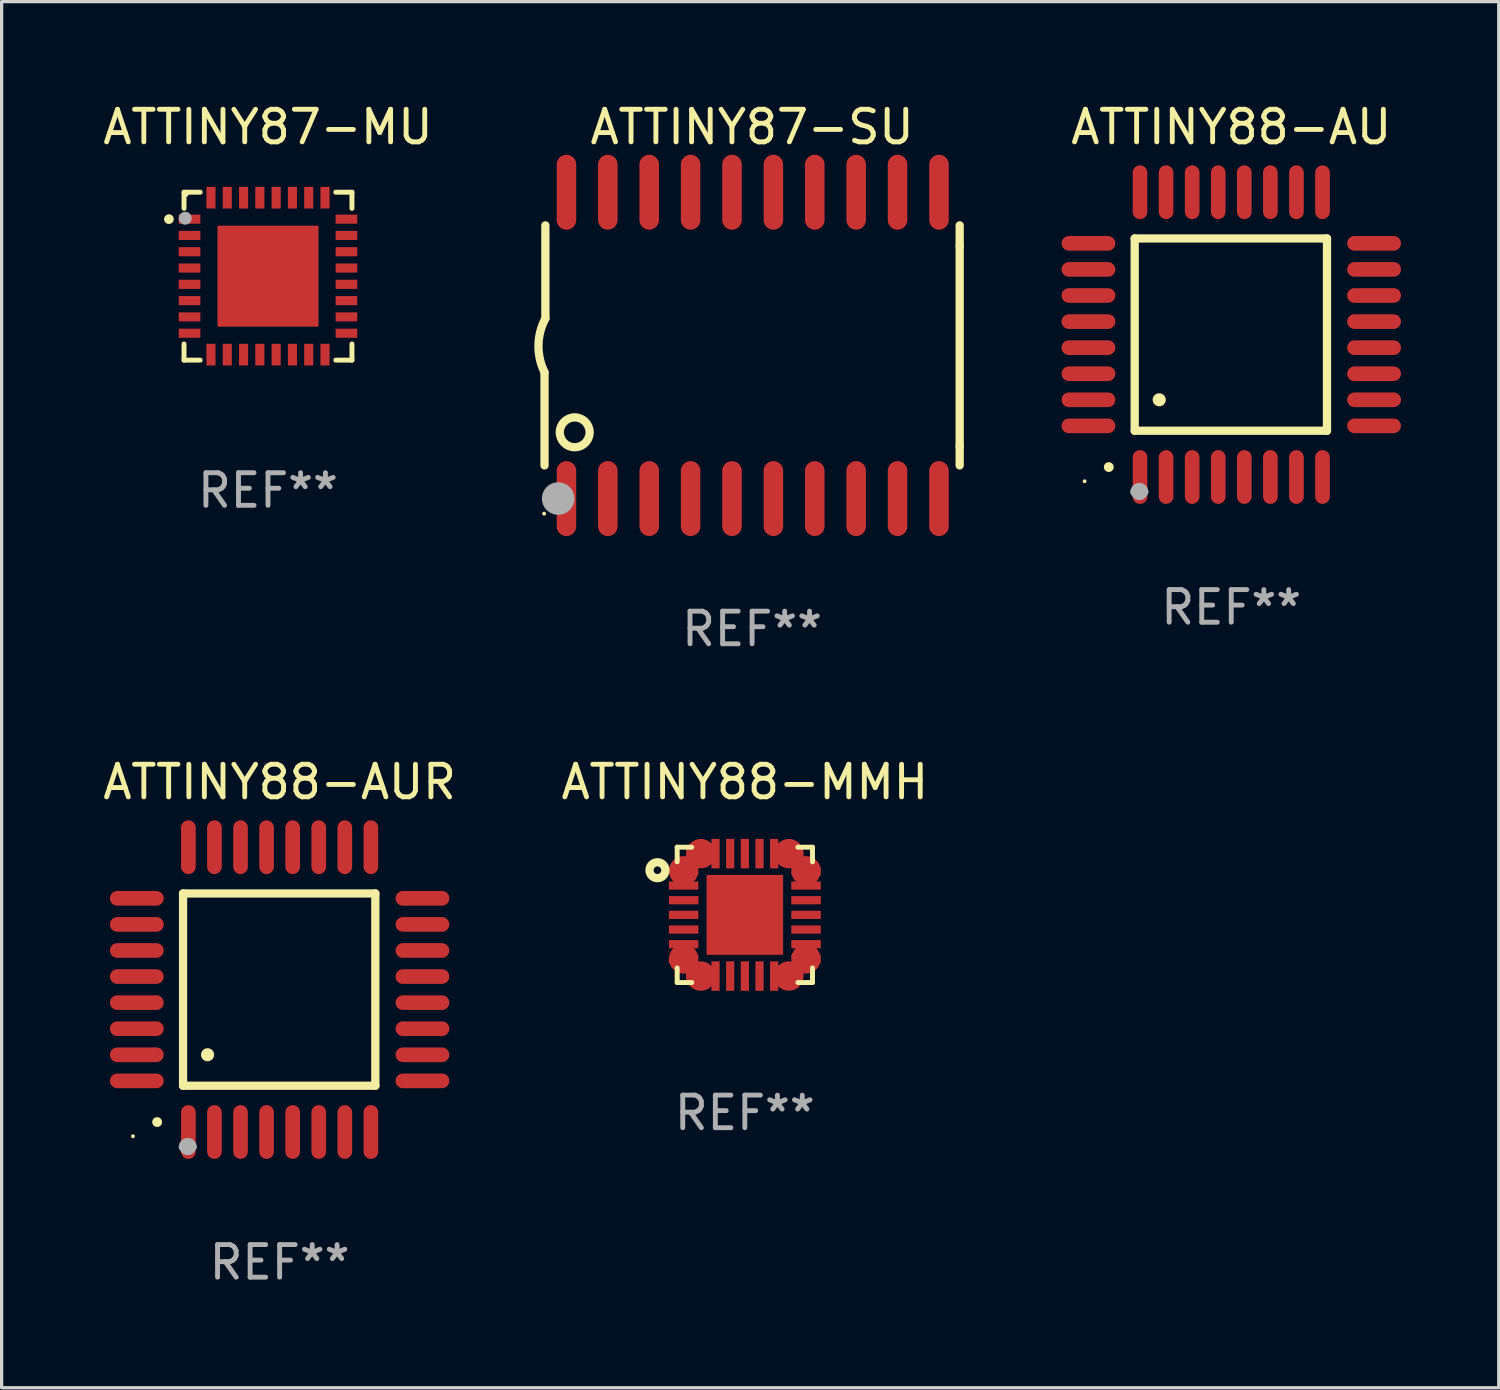
<source format=kicad_pcb>
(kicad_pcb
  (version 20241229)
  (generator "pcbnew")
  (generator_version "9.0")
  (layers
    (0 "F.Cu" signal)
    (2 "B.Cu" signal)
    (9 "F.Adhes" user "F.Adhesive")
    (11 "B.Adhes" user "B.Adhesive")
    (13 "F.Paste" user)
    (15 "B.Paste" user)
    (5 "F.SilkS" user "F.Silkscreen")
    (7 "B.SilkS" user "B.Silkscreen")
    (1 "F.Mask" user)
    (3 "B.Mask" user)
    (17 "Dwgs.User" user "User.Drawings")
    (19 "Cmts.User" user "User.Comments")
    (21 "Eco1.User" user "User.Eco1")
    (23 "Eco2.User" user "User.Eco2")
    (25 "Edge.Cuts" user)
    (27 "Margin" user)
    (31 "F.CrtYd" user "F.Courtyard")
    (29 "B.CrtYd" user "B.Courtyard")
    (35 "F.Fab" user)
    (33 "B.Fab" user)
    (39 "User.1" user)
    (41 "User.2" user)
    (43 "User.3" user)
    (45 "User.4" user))
  (footprint "ATTINY88-AUR"
    (layer "F.Cu")
    (at 5.53 27.314)
    (property "Reference" "ATTINY88-AUR" (at 0 -6.369 0) (layer "F.SilkS") (effects (font (size 1 1) (thickness 0.15))))
    (attr through_hole)
    (fp_line (start -2.963 -2.95) (end -2.963 2.95) (stroke (width 0.254) (type solid)) (layer "F.SilkS"))
    (fp_line (start -2.963 2.95) (end 2.937 2.95) (stroke (width 0.254) (type solid)) (layer "F.SilkS"))
    (fp_line (start 2.937 -2.95) (end -2.963 -2.95) (stroke (width 0.254) (type solid)) (layer "F.SilkS"))
    (fp_line (start 2.937 2.95) (end 2.937 -2.95) (stroke (width 0.254) (type solid)) (layer "F.SilkS"))
    (fp_arc (start -3.759208 4.064008) (mid -3.757938 4.064003) (end -3.756668 4.064008) (stroke (width 0.3) (type solid)) (layer "F.SilkS"))
    (fp_arc (start -2.212344 1.998984) (mid -2.211074 1.99898) (end -2.209804 1.998984) (stroke (width 0.4) (type solid)) (layer "F.SilkS"))
    (fp_circle (center -4.5 4.5) (end -4.47 4.5) (stroke (width 0.06) (type solid)) (fill no) (layer "F.SilkS"))
    (fp_arc (start -2.967489 4.82601) (mid -2.819406 4.677927) (end -2.671323 4.82601) (stroke (width 0.254001) (type solid)) (layer "F.Fab"))
    (fp_arc (start -2.967488 4.82601) (mid -2.819406 4.791053) (end -2.671324 4.82601) (stroke (width 0.254001) (type solid)) (layer "F.Fab"))
    (fp_circle (center -2.819 4.826) (end -2.692 4.826) (stroke (width 0.254) (type solid)) (fill no) (layer "F.Fab"))
    (fp_text user "REF**" (at 0 8.369 0) (layer "F.Fab") (effects (font (size 1 1) (thickness 0.15))))
    (pad "1" smd oval (at -2.8 4.369) (size 0.45 1.65) (layers "F.Cu" "F.Mask" "F.Paste"))
    (pad "2" smd oval (at -2 4.369) (size 0.45 1.65) (layers "F.Cu" "F.Mask" "F.Paste"))
    (pad "3" smd oval (at -1.2 4.369) (size 0.45 1.65) (layers "F.Cu" "F.Mask" "F.Paste"))
    (pad "4" smd oval (at -0.4 4.369) (size 0.45 1.65) (layers "F.Cu" "F.Mask" "F.Paste"))
    (pad "5" smd oval (at 0.4 4.369) (size 0.45 1.65) (layers "F.Cu" "F.Mask" "F.Paste"))
    (pad "6" smd oval (at 1.2 4.369) (size 0.45 1.65) (layers "F.Cu" "F.Mask" "F.Paste"))
    (pad "7" smd oval (at 2 4.369) (size 0.45 1.65) (layers "F.Cu" "F.Mask" "F.Paste"))
    (pad "8" smd oval (at 2.8 4.369) (size 0.45 1.65) (layers "F.Cu" "F.Mask" "F.Paste"))
    (pad "9" smd oval (at 4.382 2.8) (size 1.65 0.45) (layers "F.Cu" "F.Mask" "F.Paste"))
    (pad "10" smd oval (at 4.382 2) (size 1.65 0.45) (layers "F.Cu" "F.Mask" "F.Paste"))
    (pad "11" smd oval (at 4.382 1.2) (size 1.65 0.45) (layers "F.Cu" "F.Mask" "F.Paste"))
    (pad "12" smd oval (at 4.382 0.4) (size 1.65 0.45) (layers "F.Cu" "F.Mask" "F.Paste"))
    (pad "13" smd oval (at 4.382 -0.4) (size 1.65 0.45) (layers "F.Cu" "F.Mask" "F.Paste"))
    (pad "14" smd oval (at 4.382 -1.2) (size 1.65 0.45) (layers "F.Cu" "F.Mask" "F.Paste"))
    (pad "15" smd oval (at 4.382 -2) (size 1.65 0.45) (layers "F.Cu" "F.Mask" "F.Paste"))
    (pad "16" smd oval (at 4.382 -2.8) (size 1.65 0.45) (layers "F.Cu" "F.Mask" "F.Paste"))
    (pad "17" smd oval (at 2.8 -4.369) (size 0.45 1.65) (layers "F.Cu" "F.Mask" "F.Paste"))
    (pad "18" smd oval (at 2 -4.369) (size 0.45 1.65) (layers "F.Cu" "F.Mask" "F.Paste"))
    (pad "19" smd oval (at 1.2 -4.369) (size 0.45 1.65) (layers "F.Cu" "F.Mask" "F.Paste"))
    (pad "20" smd oval (at 0.4 -4.369) (size 0.45 1.65) (layers "F.Cu" "F.Mask" "F.Paste"))
    (pad "21" smd oval (at -0.4 -4.369) (size 0.45 1.65) (layers "F.Cu" "F.Mask" "F.Paste"))
    (pad "22" smd oval (at -1.2 -4.369) (size 0.45 1.65) (layers "F.Cu" "F.Mask" "F.Paste"))
    (pad "23" smd oval (at -2 -4.369) (size 0.45 1.65) (layers "F.Cu" "F.Mask" "F.Paste"))
    (pad "24" smd oval (at -2.8 -4.369) (size 0.45 1.65) (layers "F.Cu" "F.Mask" "F.Paste"))
    (pad "25" smd oval (at -4.382 -2.8) (size 1.65 0.45) (layers "F.Cu" "F.Mask" "F.Paste"))
    (pad "26" smd oval (at -4.382 -2) (size 1.65 0.45) (layers "F.Cu" "F.Mask" "F.Paste"))
    (pad "27" smd oval (at -4.382 -1.2) (size 1.65 0.45) (layers "F.Cu" "F.Mask" "F.Paste"))
    (pad "28" smd oval (at -4.382 -0.4) (size 1.65 0.45) (layers "F.Cu" "F.Mask" "F.Paste"))
    (pad "29" smd oval (at -4.382 0.4) (size 1.65 0.45) (layers "F.Cu" "F.Mask" "F.Paste"))
    (pad "30" smd oval (at -4.382 1.2) (size 1.65 0.45) (layers "F.Cu" "F.Mask" "F.Paste"))
    (pad "31" smd oval (at -4.382 2) (size 1.65 0.45) (layers "F.Cu" "F.Mask" "F.Paste"))
    (pad "32" smd oval (at -4.382 2.8) (size 1.65 0.45) (layers "F.Cu" "F.Mask" "F.Paste")))
  (footprint "ATTINY88-AU"
    (layer "F.Cu")
    (at 34.729 7.217)
    (property "Reference" "ATTINY88-AU" (at 0 -6.369 0) (layer "F.SilkS") (effects (font (size 1 1) (thickness 0.15))))
    (attr through_hole)
    (fp_line (start -2.963 -2.95) (end -2.963 2.95) (stroke (width 0.254) (type solid)) (layer "F.SilkS"))
    (fp_line (start -2.963 2.95) (end 2.937 2.95) (stroke (width 0.254) (type solid)) (layer "F.SilkS"))
    (fp_line (start 2.937 -2.95) (end -2.963 -2.95) (stroke (width 0.254) (type solid)) (layer "F.SilkS"))
    (fp_line (start 2.937 2.95) (end 2.937 -2.95) (stroke (width 0.254) (type solid)) (layer "F.SilkS"))
    (fp_arc (start -3.759208 4.064008) (mid -3.757938 4.064003) (end -3.756668 4.064008) (stroke (width 0.3) (type solid)) (layer "F.SilkS"))
    (fp_arc (start -2.212344 1.998984) (mid -2.211074 1.99898) (end -2.209804 1.998984) (stroke (width 0.4) (type solid)) (layer "F.SilkS"))
    (fp_circle (center -4.5 4.5) (end -4.47 4.5) (stroke (width 0.06) (type solid)) (fill no) (layer "F.SilkS"))
    (fp_arc (start -2.967489 4.82601) (mid -2.819406 4.677927) (end -2.671323 4.82601) (stroke (width 0.254001) (type solid)) (layer "F.Fab"))
    (fp_arc (start -2.967488 4.82601) (mid -2.819406 4.791053) (end -2.671324 4.82601) (stroke (width 0.254001) (type solid)) (layer "F.Fab"))
    (fp_circle (center -2.819 4.826) (end -2.692 4.826) (stroke (width 0.254) (type solid)) (fill no) (layer "F.Fab"))
    (fp_text user "REF**" (at 0 8.369 0) (layer "F.Fab") (effects (font (size 1 1) (thickness 0.15))))
    (pad "1" smd oval (at -2.8 4.369) (size 0.45 1.65) (layers "F.Cu" "F.Mask" "F.Paste"))
    (pad "2" smd oval (at -2 4.369) (size 0.45 1.65) (layers "F.Cu" "F.Mask" "F.Paste"))
    (pad "3" smd oval (at -1.2 4.369) (size 0.45 1.65) (layers "F.Cu" "F.Mask" "F.Paste"))
    (pad "4" smd oval (at -0.4 4.369) (size 0.45 1.65) (layers "F.Cu" "F.Mask" "F.Paste"))
    (pad "5" smd oval (at 0.4 4.369) (size 0.45 1.65) (layers "F.Cu" "F.Mask" "F.Paste"))
    (pad "6" smd oval (at 1.2 4.369) (size 0.45 1.65) (layers "F.Cu" "F.Mask" "F.Paste"))
    (pad "7" smd oval (at 2 4.369) (size 0.45 1.65) (layers "F.Cu" "F.Mask" "F.Paste"))
    (pad "8" smd oval (at 2.8 4.369) (size 0.45 1.65) (layers "F.Cu" "F.Mask" "F.Paste"))
    (pad "9" smd oval (at 4.382 2.8) (size 1.65 0.45) (layers "F.Cu" "F.Mask" "F.Paste"))
    (pad "10" smd oval (at 4.382 2) (size 1.65 0.45) (layers "F.Cu" "F.Mask" "F.Paste"))
    (pad "11" smd oval (at 4.382 1.2) (size 1.65 0.45) (layers "F.Cu" "F.Mask" "F.Paste"))
    (pad "12" smd oval (at 4.382 0.4) (size 1.65 0.45) (layers "F.Cu" "F.Mask" "F.Paste"))
    (pad "13" smd oval (at 4.382 -0.4) (size 1.65 0.45) (layers "F.Cu" "F.Mask" "F.Paste"))
    (pad "14" smd oval (at 4.382 -1.2) (size 1.65 0.45) (layers "F.Cu" "F.Mask" "F.Paste"))
    (pad "15" smd oval (at 4.382 -2) (size 1.65 0.45) (layers "F.Cu" "F.Mask" "F.Paste"))
    (pad "16" smd oval (at 4.382 -2.8) (size 1.65 0.45) (layers "F.Cu" "F.Mask" "F.Paste"))
    (pad "17" smd oval (at 2.8 -4.369) (size 0.45 1.65) (layers "F.Cu" "F.Mask" "F.Paste"))
    (pad "18" smd oval (at 2 -4.369) (size 0.45 1.65) (layers "F.Cu" "F.Mask" "F.Paste"))
    (pad "19" smd oval (at 1.2 -4.369) (size 0.45 1.65) (layers "F.Cu" "F.Mask" "F.Paste"))
    (pad "20" smd oval (at 0.4 -4.369) (size 0.45 1.65) (layers "F.Cu" "F.Mask" "F.Paste"))
    (pad "21" smd oval (at -0.4 -4.369) (size 0.45 1.65) (layers "F.Cu" "F.Mask" "F.Paste"))
    (pad "22" smd oval (at -1.2 -4.369) (size 0.45 1.65) (layers "F.Cu" "F.Mask" "F.Paste"))
    (pad "23" smd oval (at -2 -4.369) (size 0.45 1.65) (layers "F.Cu" "F.Mask" "F.Paste"))
    (pad "24" smd oval (at -2.8 -4.369) (size 0.45 1.65) (layers "F.Cu" "F.Mask" "F.Paste"))
    (pad "25" smd oval (at -4.382 -2.8) (size 1.65 0.45) (layers "F.Cu" "F.Mask" "F.Paste"))
    (pad "26" smd oval (at -4.382 -2) (size 1.65 0.45) (layers "F.Cu" "F.Mask" "F.Paste"))
    (pad "27" smd oval (at -4.382 -1.2) (size 1.65 0.45) (layers "F.Cu" "F.Mask" "F.Paste"))
    (pad "28" smd oval (at -4.382 -0.4) (size 1.65 0.45) (layers "F.Cu" "F.Mask" "F.Paste"))
    (pad "29" smd oval (at -4.382 0.4) (size 1.65 0.45) (layers "F.Cu" "F.Mask" "F.Paste"))
    (pad "30" smd oval (at -4.382 1.2) (size 1.65 0.45) (layers "F.Cu" "F.Mask" "F.Paste"))
    (pad "31" smd oval (at -4.382 2) (size 1.65 0.45) (layers "F.Cu" "F.Mask" "F.Paste"))
    (pad "32" smd oval (at -4.382 2.8) (size 1.65 0.45) (layers "F.Cu" "F.Mask" "F.Paste")))
  (footprint "ATTINY87-SU"
    (layer "F.Cu")
    (at 20.027 7.548)
    (property "Reference" "ATTINY87-SU" (at 0 -6.7 0) (layer "F.SilkS") (effects (font (size 1 1) (thickness 0.15))))
    (attr through_hole)
    (fp_line (start -6.369 0.826) (end -6.369 3.683) (stroke (width 0.254) (type solid)) (layer "F.SilkS"))
    (fp_line (start -6.343 -0.825) (end -6.343 -3.683) (stroke (width 0.254) (type solid)) (layer "F.SilkS"))
    (fp_line (start 6.369 -3.048) (end 6.369 -3.683) (stroke (width 0.254) (type solid)) (layer "F.SilkS"))
    (fp_line (start 6.369 -3.048) (end 6.369 3.096) (stroke (width 0.254) (type solid)) (layer "F.SilkS"))
    (fp_line (start 6.369 3.096) (end 6.369 3.683) (stroke (width 0.254) (type solid)) (layer "F.SilkS"))
    (fp_arc (start -6.36853 0.825552) (mid -6.554743 -0.00301) (end -6.343129 -0.825451) (stroke (width 0.254001) (type solid)) (layer "F.SilkS"))
    (fp_circle (center -6.382 5.163) (end -6.352 5.163) (stroke (width 0.06) (type solid)) (fill no) (layer "F.SilkS"))
    (fp_circle (center -5.443 2.667) (end -4.985 2.667) (stroke (width 0.254) (type solid)) (fill no) (layer "F.SilkS"))
    (fp_circle (center -5.951 4.699) (end -5.701 4.699) (stroke (width 0.5) (type solid)) (fill no) (layer "F.Fab"))
    (fp_text user "REF**" (at 0 8.7 0) (layer "F.Fab") (effects (font (size 1 1) (thickness 0.15))))
    (pad "1" smd oval (at -5.697 4.7 180) (size 0.6 2.3) (layers "F.Cu" "F.Mask" "F.Paste"))
    (pad "2" smd oval (at -4.427 4.7 180) (size 0.6 2.3) (layers "F.Cu" "F.Mask" "F.Paste"))
    (pad "3" smd oval (at -3.157 4.7 180) (size 0.6 2.3) (layers "F.Cu" "F.Mask" "F.Paste"))
    (pad "4" smd oval (at -1.887 4.7 180) (size 0.6 2.3) (layers "F.Cu" "F.Mask" "F.Paste"))
    (pad "5" smd oval (at -0.617 4.7 180) (size 0.6 2.3) (layers "F.Cu" "F.Mask" "F.Paste"))
    (pad "6" smd oval (at 0.653 4.7 180) (size 0.6 2.3) (layers "F.Cu" "F.Mask" "F.Paste"))
    (pad "7" smd oval (at 1.923 4.7 180) (size 0.6 2.3) (layers "F.Cu" "F.Mask" "F.Paste"))
    (pad "8" smd oval (at 3.193 4.7 180) (size 0.6 2.3) (layers "F.Cu" "F.Mask" "F.Paste"))
    (pad "9" smd oval (at 4.463 4.7 180) (size 0.6 2.3) (layers "F.Cu" "F.Mask" "F.Paste"))
    (pad "10" smd oval (at 5.734 4.7 180) (size 0.6 2.3) (layers "F.Cu" "F.Mask" "F.Paste"))
    (pad "11" smd oval (at 5.734 -4.7 180) (size 0.6 2.3) (layers "F.Cu" "F.Mask" "F.Paste"))
    (pad "12" smd oval (at 4.463 -4.7 180) (size 0.6 2.3) (layers "F.Cu" "F.Mask" "F.Paste"))
    (pad "13" smd oval (at 3.193 -4.7 180) (size 0.6 2.3) (layers "F.Cu" "F.Mask" "F.Paste"))
    (pad "14" smd oval (at 1.923 -4.7 180) (size 0.6 2.3) (layers "F.Cu" "F.Mask" "F.Paste"))
    (pad "15" smd oval (at 0.653 -4.7 180) (size 0.6 2.3) (layers "F.Cu" "F.Mask" "F.Paste"))
    (pad "16" smd oval (at -0.617 -4.7 180) (size 0.6 2.3) (layers "F.Cu" "F.Mask" "F.Paste"))
    (pad "17" smd oval (at -1.887 -4.7 180) (size 0.6 2.3) (layers "F.Cu" "F.Mask" "F.Paste"))
    (pad "18" smd oval (at -3.157 -4.7 180) (size 0.6 2.3) (layers "F.Cu" "F.Mask" "F.Paste"))
    (pad "19" smd oval (at -4.427 -4.7 180) (size 0.6 2.3) (layers "F.Cu" "F.Mask" "F.Paste"))
    (pad "20" smd oval (at -5.697 -4.7 180) (size 0.6 2.3) (layers "F.Cu" "F.Mask" "F.Paste")))
  (footprint "ATTINY87-MU"
    (layer "F.Cu")
    (at 5.173 5.424)
    (property "Reference" "ATTINY87-MU" (at 0 -4.576 0) (layer "F.SilkS") (effects (font (size 1 1) (thickness 0.15))))
    (attr through_hole)
    (fp_line (start -2.576 -2.576) (end -2.576 -2.08) (stroke (width 0.152) (type solid)) (layer "F.SilkS"))
    (fp_line (start -2.576 2.576) (end -2.576 2.08) (stroke (width 0.152) (type solid)) (layer "F.SilkS"))
    (fp_line (start -2.08 -2.576) (end -2.576 -2.576) (stroke (width 0.152) (type solid)) (layer "F.SilkS"))
    (fp_line (start -2.08 2.576) (end -2.576 2.576) (stroke (width 0.152) (type solid)) (layer "F.SilkS"))
    (fp_line (start 2.08 -2.576) (end 2.576 -2.576) (stroke (width 0.152) (type solid)) (layer "F.SilkS"))
    (fp_line (start 2.08 2.576) (end 2.576 2.576) (stroke (width 0.152) (type solid)) (layer "F.SilkS"))
    (fp_line (start 2.576 -2.576) (end 2.576 -2.08) (stroke (width 0.152) (type solid)) (layer "F.SilkS"))
    (fp_line (start 2.576 2.576) (end 2.576 2.08) (stroke (width 0.152) (type solid)) (layer "F.SilkS"))
    (fp_circle (center -3.04 -1.75) (end -2.965 -1.75) (stroke (width 0.15) (type solid)) (fill no) (layer "F.SilkS"))
    (fp_circle (center -2.5 -2.5) (end -2.47 -2.5) (stroke (width 0.06) (type solid)) (fill no) (layer "F.SilkS"))
    (fp_circle (center -2.54 -1.778) (end -2.44 -1.778) (stroke (width 0.2) (type solid)) (fill no) (layer "F.Fab"))
    (fp_text user "REF**" (at 0 6.576 0) (layer "F.Fab") (effects (font (size 1 1) (thickness 0.15))))
    (pad "1" smd rect (at -2.407 -1.75) (size 0.665 0.28) (layers "F.Cu" "F.Mask" "F.Paste"))
    (pad "2" smd rect (at -2.407 -1.25) (size 0.665 0.28) (layers "F.Cu" "F.Mask" "F.Paste"))
    (pad "3" smd rect (at -2.407 -0.75) (size 0.665 0.28) (layers "F.Cu" "F.Mask" "F.Paste"))
    (pad "4" smd rect (at -2.407 -0.25) (size 0.665 0.28) (layers "F.Cu" "F.Mask" "F.Paste"))
    (pad "5" smd rect (at -2.407 0.25) (size 0.665 0.28) (layers "F.Cu" "F.Mask" "F.Paste"))
    (pad "6" smd rect (at -2.407 0.75) (size 0.665 0.28) (layers "F.Cu" "F.Mask" "F.Paste"))
    (pad "7" smd rect (at -2.407 1.25) (size 0.665 0.28) (layers "F.Cu" "F.Mask" "F.Paste"))
    (pad "8" smd rect (at -2.407 1.75) (size 0.665 0.28) (layers "F.Cu" "F.Mask" "F.Paste"))
    (pad "9" smd rect (at -1.75 2.407) (size 0.28 0.665) (layers "F.Cu" "F.Mask" "F.Paste"))
    (pad "10" smd rect (at -1.25 2.407) (size 0.28 0.665) (layers "F.Cu" "F.Mask" "F.Paste"))
    (pad "11" smd rect (at -0.75 2.407) (size 0.28 0.665) (layers "F.Cu" "F.Mask" "F.Paste"))
    (pad "12" smd rect (at -0.25 2.407) (size 0.28 0.665) (layers "F.Cu" "F.Mask" "F.Paste"))
    (pad "13" smd rect (at 0.25 2.407) (size 0.28 0.665) (layers "F.Cu" "F.Mask" "F.Paste"))
    (pad "14" smd rect (at 0.75 2.407) (size 0.28 0.665) (layers "F.Cu" "F.Mask" "F.Paste"))
    (pad "15" smd rect (at 1.25 2.407) (size 0.28 0.665) (layers "F.Cu" "F.Mask" "F.Paste"))
    (pad "16" smd rect (at 1.75 2.407) (size 0.28 0.665) (layers "F.Cu" "F.Mask" "F.Paste"))
    (pad "17" smd rect (at 2.407 1.75) (size 0.665 0.28) (layers "F.Cu" "F.Mask" "F.Paste"))
    (pad "18" smd rect (at 2.407 1.25) (size 0.665 0.28) (layers "F.Cu" "F.Mask" "F.Paste"))
    (pad "19" smd rect (at 2.407 0.75) (size 0.665 0.28) (layers "F.Cu" "F.Mask" "F.Paste"))
    (pad "20" smd rect (at 2.407 0.25) (size 0.665 0.28) (layers "F.Cu" "F.Mask" "F.Paste"))
    (pad "21" smd rect (at 2.407 -0.25) (size 0.665 0.28) (layers "F.Cu" "F.Mask" "F.Paste"))
    (pad "22" smd rect (at 2.407 -0.75) (size 0.665 0.28) (layers "F.Cu" "F.Mask" "F.Paste"))
    (pad "23" smd rect (at 2.407 -1.25) (size 0.665 0.28) (layers "F.Cu" "F.Mask" "F.Paste"))
    (pad "24" smd rect (at 2.407 -1.75) (size 0.665 0.28) (layers "F.Cu" "F.Mask" "F.Paste"))
    (pad "25" smd rect (at 1.75 -2.408) (size 0.28 0.665) (layers "F.Cu" "F.Mask" "F.Paste"))
    (pad "26" smd rect (at 1.25 -2.408) (size 0.28 0.665) (layers "F.Cu" "F.Mask" "F.Paste"))
    (pad "27" smd rect (at 0.75 -2.408) (size 0.28 0.665) (layers "F.Cu" "F.Mask" "F.Paste"))
    (pad "28" smd rect (at 0.25 -2.408) (size 0.28 0.665) (layers "F.Cu" "F.Mask" "F.Paste"))
    (pad "29" smd rect (at -0.25 -2.408) (size 0.28 0.665) (layers "F.Cu" "F.Mask" "F.Paste"))
    (pad "30" smd rect (at -0.75 -2.408) (size 0.28 0.665) (layers "F.Cu" "F.Mask" "F.Paste"))
    (pad "31" smd rect (at -1.25 -2.408) (size 0.28 0.665) (layers "F.Cu" "F.Mask" "F.Paste"))
    (pad "32" smd rect (at -1.75 -2.408) (size 0.28 0.665) (layers "F.Cu" "F.Mask" "F.Paste"))
    (pad "33" smd rect (at -0.000076 -0.000102) (size 3.1 3.1) (layers "F.Cu" "F.Mask" "F.Paste")))
  (footprint "ATTINY88-MMH"
    (layer "F.Cu")
    (at 19.804 25.021)
    (property "Reference" "ATTINY88-MMH" (at 0 -4.076 0) (layer "F.SilkS") (effects (font (size 1 1) (thickness 0.15))))
    (attr through_hole)
    (fp_line (start -2.076 -2.076) (end -1.628 -2.076) (stroke (width 0.152) (type solid)) (layer "F.SilkS"))
    (fp_line (start -2.076 -1.628) (end -2.076 -2.076) (stroke (width 0.152) (type solid)) (layer "F.SilkS"))
    (fp_line (start -2.076 1.628) (end -2.076 2.076) (stroke (width 0.152) (type solid)) (layer "F.SilkS"))
    (fp_line (start -2.076 2.076) (end -1.628 2.076) (stroke (width 0.152) (type solid)) (layer "F.SilkS"))
    (fp_line (start 2.076 -2.076) (end 1.628 -2.076) (stroke (width 0.152) (type solid)) (layer "F.SilkS"))
    (fp_line (start 2.076 -1.628) (end 2.076 -2.076) (stroke (width 0.152) (type solid)) (layer "F.SilkS"))
    (fp_line (start 2.076 1.628) (end 2.076 2.076) (stroke (width 0.152) (type solid)) (layer "F.SilkS"))
    (fp_line (start 2.076 2.076) (end 1.628 2.076) (stroke (width 0.152) (type solid)) (layer "F.SilkS"))
    (fp_circle (center -2.681 -1.37) (end -2.564 -1.37) (stroke (width 0.254) (type solid)) (fill no) (layer "F.SilkS"))
    (fp_text user "REF**" (at 0 6.076 0) (layer "F.Fab") (effects (font (size 1 1) (thickness 0.15))))
    (pad "1" smd custom (at -1.878 -1.351 180) (size 0.906 0.252) (layers "F.Cu" "F.Mask" "F.Paste") (options (anchor circle)) (primitives (gr_poly (pts (xy 0.317 -0.126) (xy 0.453 0.01) (xy 0.453 0.126) (xy -0.453 0.126) (xy -0.453 -0.126) (xy 0.317 -0.126)) (width 0) (fill yes))))
    (pad "2" smd rect (at -1.878 -0.9) (size 0.905 0.252) (layers "F.Cu" "F.Mask" "F.Paste"))
    (pad "3" smd rect (at -1.878 -0.45) (size 0.905 0.252) (layers "F.Cu" "F.Mask" "F.Paste"))
    (pad "4" smd rect (at -1.878 0) (size 0.905 0.252) (layers "F.Cu" "F.Mask" "F.Paste"))
    (pad "5" smd rect (at -1.878 0.45) (size 0.905 0.252) (layers "F.Cu" "F.Mask" "F.Paste"))
    (pad "6" smd rect (at -1.878 0.9) (size 0.905 0.252) (layers "F.Cu" "F.Mask" "F.Paste"))
    (pad "7" smd custom (at -1.878 1.35 180) (size 0.906 0.252) (layers "F.Cu" "F.Mask" "F.Paste") (options (anchor circle)) (primitives (gr_poly (pts (xy 0.317 0.126) (xy 0.453 -0.01) (xy 0.453 -0.126) (xy -0.453 -0.126) (xy -0.453 0.126) (xy 0.317 0.126)) (width 0) (fill yes))))
    (pad "8" smd custom (at -1.351 1.878 270) (size 0.906 0.252) (layers "F.Cu" "F.Mask" "F.Paste") (options (anchor circle)) (primitives (gr_poly (pts (xy -0.126 -0.317) (xy 0.01 -0.453) (xy 0.126 -0.453) (xy 0.126 0.453) (xy -0.126 0.453) (xy -0.126 -0.317)) (width 0) (fill yes))))
    (pad "9" smd rect (at -0.9 1.878) (size 0.252 0.905) (layers "F.Cu" "F.Mask" "F.Paste"))
    (pad "10" smd rect (at -0.45 1.878) (size 0.252 0.905) (layers "F.Cu" "F.Mask" "F.Paste"))
    (pad "11" smd rect (at 0 1.878) (size 0.252 0.905) (layers "F.Cu" "F.Mask" "F.Paste"))
    (pad "12" smd rect (at 0.45 1.878) (size 0.252 0.905) (layers "F.Cu" "F.Mask" "F.Paste"))
    (pad "13" smd rect (at 0.9 1.878) (size 0.252 0.905) (layers "F.Cu" "F.Mask" "F.Paste"))
    (pad "14" smd custom (at 1.349 1.877 270) (size 0.906 0.252) (layers "F.Cu" "F.Mask" "F.Paste") (options (anchor circle)) (primitives (gr_poly (pts (xy 0.126 -0.317) (xy -0.01 -0.453) (xy -0.126 -0.453) (xy -0.126 0.453) (xy 0.126 0.453) (xy 0.126 -0.317)) (width 0) (fill yes))))
    (pad "15" smd custom (at 1.877 1.35) (size 0.906 0.252) (layers "F.Cu" "F.Mask" "F.Paste") (options (anchor circle)) (primitives (gr_poly (pts (xy -0.317 0.126) (xy -0.453 -0.01) (xy -0.453 -0.126) (xy 0.453 -0.126) (xy 0.453 0.126) (xy -0.317 0.126)) (width 0) (fill yes))))
    (pad "16" smd rect (at 1.878 0.9) (size 0.905 0.252) (layers "F.Cu" "F.Mask" "F.Paste"))
    (pad "17" smd rect (at 1.878 0.45) (size 0.905 0.252) (layers "F.Cu" "F.Mask" "F.Paste"))
    (pad "18" smd rect (at 1.878 0) (size 0.905 0.252) (layers "F.Cu" "F.Mask" "F.Paste"))
    (pad "19" smd rect (at 1.878 -0.45) (size 0.905 0.252) (layers "F.Cu" "F.Mask" "F.Paste"))
    (pad "20" smd rect (at 1.878 -0.9) (size 0.905 0.252) (layers "F.Cu" "F.Mask" "F.Paste"))
    (pad "21" smd custom (at 1.878 -1.35) (size 0.906 0.252) (layers "F.Cu" "F.Mask" "F.Paste") (options (anchor circle)) (primitives (gr_poly (pts (xy -0.317 -0.126) (xy -0.453 0.01) (xy -0.453 0.126) (xy 0.453 0.126) (xy 0.453 -0.126) (xy -0.317 -0.126)) (width 0) (fill yes))))
    (pad "22" smd custom (at 1.351 -1.878 90) (size 0.906 0.252) (layers "F.Cu" "F.Mask" "F.Paste") (options (anchor circle)) (primitives (gr_poly (pts (xy 0.126 0.317) (xy -0.01 0.453) (xy -0.126 0.453) (xy -0.126 -0.453) (xy 0.126 -0.453) (xy 0.126 0.317)) (width 0) (fill yes))))
    (pad "23" smd rect (at 0.9 -1.878) (size 0.252 0.905) (layers "F.Cu" "F.Mask" "F.Paste"))
    (pad "24" smd rect (at 0.45 -1.878) (size 0.252 0.905) (layers "F.Cu" "F.Mask" "F.Paste"))
    (pad "25" smd rect (at 0 -1.878) (size 0.252 0.905) (layers "F.Cu" "F.Mask" "F.Paste"))
    (pad "26" smd rect (at -0.45 -1.878) (size 0.252 0.905) (layers "F.Cu" "F.Mask" "F.Paste"))
    (pad "27" smd rect (at -0.9 -1.878) (size 0.252 0.905) (layers "F.Cu" "F.Mask" "F.Paste"))
    (pad "28" smd custom (at -1.35 -1.878 90) (size 0.906 0.252) (layers "F.Cu" "F.Mask" "F.Paste") (options (anchor circle)) (primitives (gr_poly (pts (xy -0.126 0.317) (xy 0.01 0.453) (xy 0.126 0.453) (xy 0.126 -0.453) (xy -0.126 -0.453) (xy -0.126 0.317)) (width 0) (fill yes))))
    (pad "29" smd rect (at 0 0) (size 2.35 2.45) (layers "F.Cu" "F.Mask" "F.Paste")))
  (gr_rect
    (start -3 -3)
    (end 42.936 39.531)
    (stroke (width 0.1) (type default))
    (fill no)
    (layer "Edge.Cuts")))
</source>
